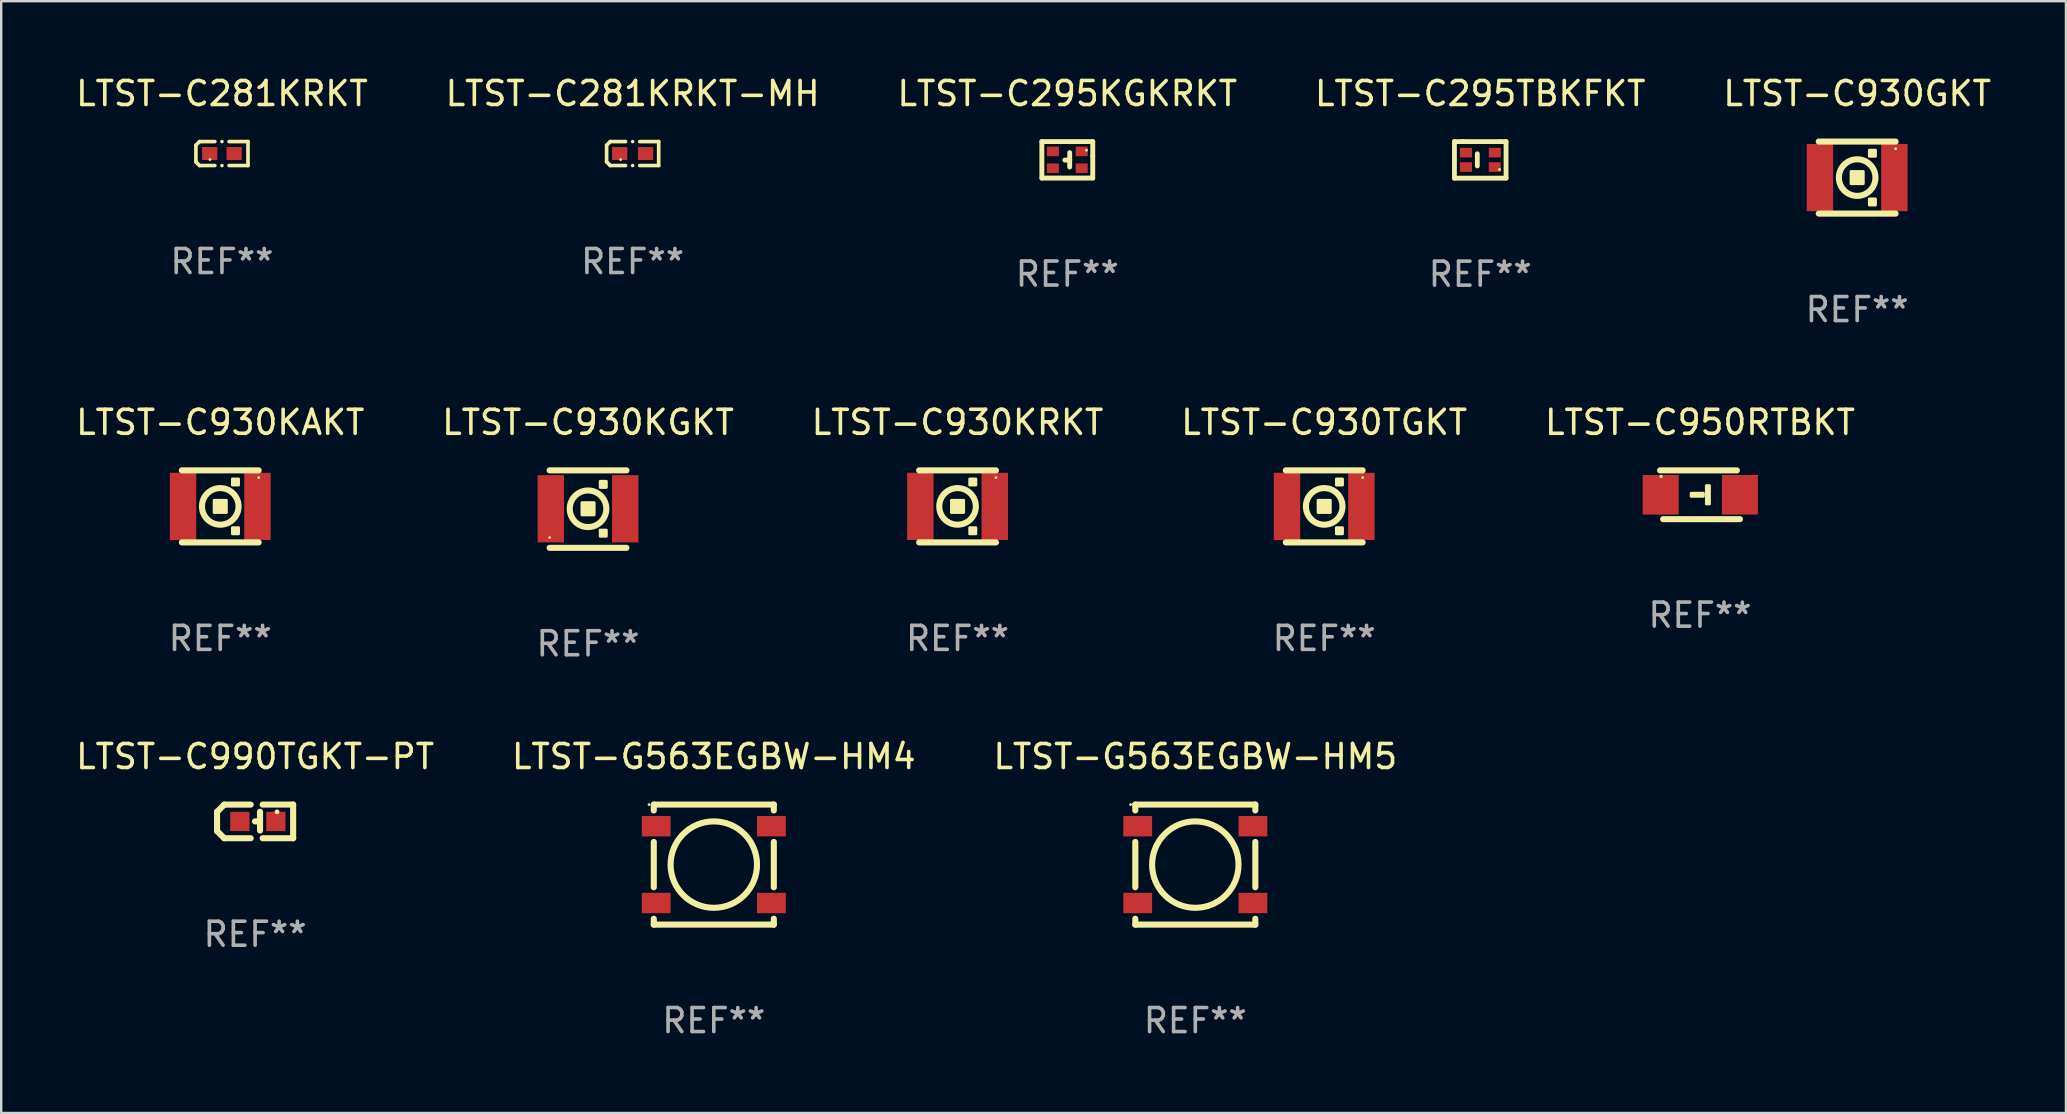
<source format=kicad_pcb>
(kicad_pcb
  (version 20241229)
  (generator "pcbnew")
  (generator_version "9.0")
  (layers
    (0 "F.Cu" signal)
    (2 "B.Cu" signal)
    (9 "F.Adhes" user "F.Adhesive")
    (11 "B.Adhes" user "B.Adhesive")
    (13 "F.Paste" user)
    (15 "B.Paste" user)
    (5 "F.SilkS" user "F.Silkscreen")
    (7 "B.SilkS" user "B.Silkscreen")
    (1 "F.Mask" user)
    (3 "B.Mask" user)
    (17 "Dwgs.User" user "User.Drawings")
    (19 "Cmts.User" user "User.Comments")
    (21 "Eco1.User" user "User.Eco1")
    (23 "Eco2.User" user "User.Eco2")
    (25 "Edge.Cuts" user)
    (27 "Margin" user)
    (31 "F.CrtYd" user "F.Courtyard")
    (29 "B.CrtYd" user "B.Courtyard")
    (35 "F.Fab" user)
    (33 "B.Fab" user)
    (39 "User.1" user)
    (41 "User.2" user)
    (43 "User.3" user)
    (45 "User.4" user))
  (footprint "LTST-C930TGKT"
    (layer "F.Cu")
    (at 52.113 18.045)
    (property "Reference" "LTST-C930TGKT" (at 0 -3.5 0) (layer "F.SilkS") (effects (font (size 1 1) (thickness 0.15))))
    (attr through_hole)
    (fp_line (start 1.6 -1.5) (end -1.6 -1.5) (stroke (width 0.254) (type solid)) (layer "F.SilkS"))
    (fp_line (start 1.6 1.5) (end -1.6 1.5) (stroke (width 0.254) (type solid)) (layer "F.SilkS"))
    (fp_circle (center 0.000051 0) (end 0.762 0) (stroke (width 0.254) (type solid)) (fill no) (layer "F.SilkS"))
    (fp_circle (center 1.6 -1.2) (end 1.63 -1.2) (stroke (width 0.06) (type solid)) (fill no) (layer "F.SilkS"))
    (fp_poly (pts (xy -0.254 -0.254) (xy 0.254 -0.254) (xy 0.254 0.254) (xy -0.254 0.254)) (stroke (width 0.12) (type solid)) (fill yes) (layer "F.SilkS"))
    (fp_poly (pts (xy 0.508 -1.143) (xy 0.762 -1.143) (xy 0.762 -0.889) (xy 0.508 -0.889)) (stroke (width 0.12) (type solid)) (fill yes) (layer "F.SilkS"))
    (fp_poly (pts (xy 0.508 0.889) (xy 0.762 0.889) (xy 0.762 1.143) (xy 0.508 1.143)) (stroke (width 0.12) (type solid)) (fill yes) (layer "F.SilkS"))
    (fp_text user "REF**" (at 0 5.5 0) (layer "F.Fab") (effects (font (size 1 1) (thickness 0.15))))
    (pad "1" smd rect (at 1.55 0 90) (size 2.8 1.1) (layers "F.Cu" "F.Mask" "F.Paste"))
    (pad "2" smd rect (at -1.55 0 90) (size 2.8 1.1) (layers "F.Cu" "F.Mask" "F.Paste")))
  (footprint "LTST-G563EGBW-HM5"
    (layer "F.Cu")
    (at 46.744 32.967)
    (property "Reference" "LTST-G563EGBW-HM5" (at 0 -4.5 0) (layer "F.SilkS") (effects (font (size 1 1) (thickness 0.15))))
    (attr through_hole)
    (fp_line (start -2.5 -2.5) (end 2.5 -2.5) (stroke (width 0.254) (type solid)) (layer "F.SilkS"))
    (fp_line (start -2.5 -2.256) (end -2.5 -2.5) (stroke (width 0.254) (type solid)) (layer "F.SilkS"))
    (fp_line (start -2.5 0.944) (end -2.5 -0.944) (stroke (width 0.254) (type solid)) (layer "F.SilkS"))
    (fp_line (start -2.5 2.5) (end -2.5 2.256) (stroke (width 0.254) (type solid)) (layer "F.SilkS"))
    (fp_line (start 2.5 -2.5) (end 2.5 -2.256) (stroke (width 0.254) (type solid)) (layer "F.SilkS"))
    (fp_line (start 2.5 -0.944) (end 2.5 0.944) (stroke (width 0.254) (type solid)) (layer "F.SilkS"))
    (fp_line (start 2.5 2.256) (end 2.5 2.5) (stroke (width 0.254) (type solid)) (layer "F.SilkS"))
    (fp_line (start 2.5 2.5) (end -2.5 2.5) (stroke (width 0.254) (type solid)) (layer "F.SilkS"))
    (fp_circle (center -2.698 -2.5) (end -2.668 -2.5) (stroke (width 0.06) (type solid)) (fill no) (layer "F.SilkS"))
    (fp_circle (center 0.000025 0) (end 1.8 0) (stroke (width 0.254) (type solid)) (fill no) (layer "F.SilkS"))
    (fp_text user "REF**" (at 0 6.5 0) (layer "F.Fab") (effects (font (size 1 1) (thickness 0.15))))
    (pad "1" smd rect (at -2.4 -1.6) (size 1.2 0.85) (layers "F.Cu" "F.Mask" "F.Paste"))
    (pad "2" smd rect (at -2.4 1.6) (size 1.2 0.85) (layers "F.Cu" "F.Mask" "F.Paste"))
    (pad "3" smd rect (at 2.4 -1.6) (size 1.2 0.85) (layers "F.Cu" "F.Mask" "F.Paste"))
    (pad "4" smd rect (at 2.4 1.6) (size 1.2 0.85) (layers "F.Cu" "F.Mask" "F.Paste")))
  (footprint "LTST-C950RTBKT"
    (layer "F.Cu")
    (at 67.768 17.561)
    (property "Reference" "LTST-C950RTBKT" (at 0 -3.016 0) (layer "F.SilkS") (effects (font (size 1 1) (thickness 0.15))))
    (attr through_hole)
    (fp_line (start 1.536 -1.016) (end -1.663 -1.016) (stroke (width 0.254) (type solid)) (layer "F.SilkS"))
    (fp_line (start 1.663 1.016) (end -1.536 1.016) (stroke (width 0.254) (type solid)) (layer "F.SilkS"))
    (fp_circle (center -1.62 -0.762) (end -1.6 -0.762) (stroke (width 0.05) (type solid)) (fill no) (layer "F.SilkS"))
    (fp_poly (pts (xy -0.369 -0.064) (xy 0.139 -0.064) (xy 0.139 0.063) (xy -0.369 0.063)) (stroke (width 0.12) (type solid)) (fill yes) (layer "F.SilkS"))
    (fp_poly (pts (xy 0.266 -0.381) (xy 0.393 -0.381) (xy 0.393 0.381) (xy 0.266 0.381)) (stroke (width 0.12) (type solid)) (fill yes) (layer "F.SilkS"))
    (fp_text user "REF**" (at 0 5.016 0) (layer "F.Fab") (effects (font (size 1 1) (thickness 0.15))))
    (pad "1" smd rect (at -1.638 -0.000051 180) (size 1.5 1.65) (layers "F.Cu" "F.Mask" "F.Paste"))
    (pad "2" smd rect (at 1.662 -0.000051 180) (size 1.5 1.65) (layers "F.Cu" "F.Mask" "F.Paste")))
  (footprint "LTST-C281KRKT"
    (layer "F.Cu")
    (at 6.196 3.347)
    (property "Reference" "LTST-C281KRKT" (at 0 -2.499 0) (layer "F.SilkS") (effects (font (size 1 1) (thickness 0.15))))
    (attr through_hole)
    (fp_line (start -1.085 -0.346) (end -0.933 -0.499) (stroke (width 0.152) (type solid)) (layer "F.SilkS"))
    (fp_line (start -1.085 0.346) (end -1.085 -0.346) (stroke (width 0.152) (type solid)) (layer "F.SilkS"))
    (fp_line (start -0.933 -0.499) (end -0.296 -0.499) (stroke (width 0.152) (type solid)) (layer "F.SilkS"))
    (fp_line (start -0.933 0.499) (end -1.085 0.346) (stroke (width 0.152) (type solid)) (layer "F.SilkS"))
    (fp_line (start -0.296 0.499) (end -0.933 0.499) (stroke (width 0.152) (type solid)) (layer "F.SilkS"))
    (fp_line (start 0.296 0.499) (end 1.085 0.499) (stroke (width 0.152) (type solid)) (layer "F.SilkS"))
    (fp_line (start 1.085 -0.499) (end 0.296 -0.499) (stroke (width 0.152) (type solid)) (layer "F.SilkS"))
    (fp_line (start 1.085 0.499) (end 1.085 -0.499) (stroke (width 0.152) (type solid)) (layer "F.SilkS"))
    (fp_circle (center -0.5 0.25) (end -0.47 0.25) (stroke (width 0.06) (type solid)) (fill no) (layer "F.SilkS"))
    (fp_circle (center 0 -0.499) (end 0.038 -0.499) (stroke (width 0.076) (type solid)) (fill no) (layer "F.SilkS"))
    (fp_circle (center 0 0.499) (end 0.038 0.499) (stroke (width 0.076) (type solid)) (fill no) (layer "F.SilkS"))
    (fp_text user "REF**" (at 0 4.499 0) (layer "F.Fab") (effects (font (size 1 1) (thickness 0.15))))
    (pad "1" smd rect (at -0.508 0) (size 0.636 0.54) (layers "F.Cu" "F.Mask" "F.Paste"))
    (pad "2" smd rect (at 0.508 0) (size 0.636 0.54) (layers "F.Cu" "F.Mask" "F.Paste")))
  (footprint "LTST-C930KGKT"
    (layer "F.Cu")
    (at 21.446 18.158)
    (property "Reference" "LTST-C930KGKT" (at 0 -3.613 0) (layer "F.SilkS") (effects (font (size 1 1) (thickness 0.15))))
    (attr through_hole)
    (fp_line (start 1.6 -1.613) (end -1.6 -1.613) (stroke (width 0.254) (type solid)) (layer "F.SilkS"))
    (fp_line (start 1.6 1.613) (end -1.6 1.613) (stroke (width 0.254) (type solid)) (layer "F.SilkS"))
    (fp_circle (center -1.6 1.186) (end -1.57 1.186) (stroke (width 0.06) (type solid)) (fill no) (layer "F.SilkS"))
    (fp_circle (center 0.000051 -0.014) (end 0.762 -0.014) (stroke (width 0.254) (type solid)) (fill no) (layer "F.SilkS"))
    (fp_poly (pts (xy -0.254 -0.268) (xy 0.254 -0.268) (xy 0.254 0.24) (xy -0.254 0.24)) (stroke (width 0.12) (type solid)) (fill yes) (layer "F.SilkS"))
    (fp_poly (pts (xy 0.508 -1.157) (xy 0.762 -1.157) (xy 0.762 -0.903) (xy 0.508 -0.903)) (stroke (width 0.12) (type solid)) (fill yes) (layer "F.SilkS"))
    (fp_poly (pts (xy 0.508 0.875) (xy 0.762 0.875) (xy 0.762 1.129) (xy 0.508 1.129)) (stroke (width 0.12) (type solid)) (fill yes) (layer "F.SilkS"))
    (fp_text user "REF**" (at 0 5.613 0) (layer "F.Fab") (effects (font (size 1 1) (thickness 0.15))))
    (pad "1" smd rect (at -1.55 -0.014 90) (size 2.8 1.1) (layers "F.Cu" "F.Mask" "F.Paste"))
    (pad "2" smd rect (at 1.55 -0.014 90) (size 2.8 1.1) (layers "F.Cu" "F.Mask" "F.Paste")))
  (footprint "LTST-C281KRKT-MH"
    (layer "F.Cu")
    (at 23.304 3.347)
    (property "Reference" "LTST-C281KRKT-MH" (at 0 -2.499 0) (layer "F.SilkS") (effects (font (size 1 1) (thickness 0.15))))
    (attr through_hole)
    (fp_line (start -1.085 -0.346) (end -0.933 -0.499) (stroke (width 0.152) (type solid)) (layer "F.SilkS"))
    (fp_line (start -1.085 0.346) (end -1.085 -0.346) (stroke (width 0.152) (type solid)) (layer "F.SilkS"))
    (fp_line (start -0.933 -0.499) (end -0.296 -0.499) (stroke (width 0.152) (type solid)) (layer "F.SilkS"))
    (fp_line (start -0.933 0.499) (end -1.085 0.346) (stroke (width 0.152) (type solid)) (layer "F.SilkS"))
    (fp_line (start -0.296 0.499) (end -0.933 0.499) (stroke (width 0.152) (type solid)) (layer "F.SilkS"))
    (fp_line (start 0.296 0.499) (end 1.085 0.499) (stroke (width 0.152) (type solid)) (layer "F.SilkS"))
    (fp_line (start 1.085 -0.499) (end 0.296 -0.499) (stroke (width 0.152) (type solid)) (layer "F.SilkS"))
    (fp_line (start 1.085 0.499) (end 1.085 -0.499) (stroke (width 0.152) (type solid)) (layer "F.SilkS"))
    (fp_circle (center -0.5 0.25) (end -0.47 0.25) (stroke (width 0.06) (type solid)) (fill no) (layer "F.SilkS"))
    (fp_circle (center 0 -0.499) (end 0.038 -0.499) (stroke (width 0.076) (type solid)) (fill no) (layer "F.SilkS"))
    (fp_circle (center 0 0.499) (end 0.038 0.499) (stroke (width 0.076) (type solid)) (fill no) (layer "F.SilkS"))
    (fp_text user "REF**" (at 0 4.499 0) (layer "F.Fab") (effects (font (size 1 1) (thickness 0.15))))
    (pad "1" smd rect (at -0.538 0) (size 0.636 0.54) (layers "F.Cu" "F.Mask" "F.Paste"))
    (pad "2" smd rect (at 0.538 0) (size 0.636 0.54) (layers "F.Cu" "F.Mask" "F.Paste")))
  (footprint "LTST-C930KAKT"
    (layer "F.Cu")
    (at 6.125 18.045)
    (property "Reference" "LTST-C930KAKT" (at 0 -3.5 0) (layer "F.SilkS") (effects (font (size 1 1) (thickness 0.15))))
    (attr through_hole)
    (fp_line (start 1.6 -1.5) (end -1.6 -1.5) (stroke (width 0.254) (type solid)) (layer "F.SilkS"))
    (fp_line (start 1.6 1.5) (end -1.6 1.5) (stroke (width 0.254) (type solid)) (layer "F.SilkS"))
    (fp_circle (center 0.000051 0) (end 0.762 0) (stroke (width 0.254) (type solid)) (fill no) (layer "F.SilkS"))
    (fp_circle (center 1.6 -1.2) (end 1.63 -1.2) (stroke (width 0.06) (type solid)) (fill no) (layer "F.SilkS"))
    (fp_poly (pts (xy -0.254 -0.254) (xy 0.254 -0.254) (xy 0.254 0.254) (xy -0.254 0.254)) (stroke (width 0.12) (type solid)) (fill yes) (layer "F.SilkS"))
    (fp_poly (pts (xy 0.508 -1.143) (xy 0.762 -1.143) (xy 0.762 -0.889) (xy 0.508 -0.889)) (stroke (width 0.12) (type solid)) (fill yes) (layer "F.SilkS"))
    (fp_poly (pts (xy 0.508 0.889) (xy 0.762 0.889) (xy 0.762 1.143) (xy 0.508 1.143)) (stroke (width 0.12) (type solid)) (fill yes) (layer "F.SilkS"))
    (fp_text user "REF**" (at 0 5.5 0) (layer "F.Fab") (effects (font (size 1 1) (thickness 0.15))))
    (pad "1" smd rect (at 1.55 0 90) (size 2.8 1.1) (layers "F.Cu" "F.Mask" "F.Paste"))
    (pad "2" smd rect (at -1.55 0 90) (size 2.8 1.1) (layers "F.Cu" "F.Mask" "F.Paste")))
  (footprint "LTST-C930KRKT"
    (layer "F.Cu")
    (at 36.839 18.045)
    (property "Reference" "LTST-C930KRKT" (at 0 -3.5 0) (layer "F.SilkS") (effects (font (size 1 1) (thickness 0.15))))
    (attr through_hole)
    (fp_line (start 1.6 -1.5) (end -1.6 -1.5) (stroke (width 0.254) (type solid)) (layer "F.SilkS"))
    (fp_line (start 1.6 1.5) (end -1.6 1.5) (stroke (width 0.254) (type solid)) (layer "F.SilkS"))
    (fp_circle (center 0.000051 0) (end 0.762 0) (stroke (width 0.254) (type solid)) (fill no) (layer "F.SilkS"))
    (fp_circle (center 1.6 -1.2) (end 1.63 -1.2) (stroke (width 0.06) (type solid)) (fill no) (layer "F.SilkS"))
    (fp_poly (pts (xy -0.254 -0.254) (xy 0.254 -0.254) (xy 0.254 0.254) (xy -0.254 0.254)) (stroke (width 0.12) (type solid)) (fill yes) (layer "F.SilkS"))
    (fp_poly (pts (xy 0.508 -1.143) (xy 0.762 -1.143) (xy 0.762 -0.889) (xy 0.508 -0.889)) (stroke (width 0.12) (type solid)) (fill yes) (layer "F.SilkS"))
    (fp_poly (pts (xy 0.508 0.889) (xy 0.762 0.889) (xy 0.762 1.143) (xy 0.508 1.143)) (stroke (width 0.12) (type solid)) (fill yes) (layer "F.SilkS"))
    (fp_text user "REF**" (at 0 5.5 0) (layer "F.Fab") (effects (font (size 1 1) (thickness 0.15))))
    (pad "1" smd rect (at 1.55 0 90) (size 2.8 1.1) (layers "F.Cu" "F.Mask" "F.Paste"))
    (pad "2" smd rect (at -1.55 0 90) (size 2.8 1.1) (layers "F.Cu" "F.Mask" "F.Paste")))
  (footprint "LTST-C930GKT"
    (layer "F.Cu")
    (at 74.315 4.348)
    (property "Reference" "LTST-C930GKT" (at 0 -3.5 0) (layer "F.SilkS") (effects (font (size 1 1) (thickness 0.15))))
    (attr through_hole)
    (fp_line (start 1.6 -1.5) (end -1.6 -1.5) (stroke (width 0.254) (type solid)) (layer "F.SilkS"))
    (fp_line (start 1.6 1.5) (end -1.6 1.5) (stroke (width 0.254) (type solid)) (layer "F.SilkS"))
    (fp_circle (center 0.000051 0) (end 0.762 0) (stroke (width 0.254) (type solid)) (fill no) (layer "F.SilkS"))
    (fp_circle (center 1.6 -1.2) (end 1.63 -1.2) (stroke (width 0.06) (type solid)) (fill no) (layer "F.SilkS"))
    (fp_poly (pts (xy -0.254 -0.254) (xy 0.254 -0.254) (xy 0.254 0.254) (xy -0.254 0.254)) (stroke (width 0.12) (type solid)) (fill yes) (layer "F.SilkS"))
    (fp_poly (pts (xy 0.508 -1.143) (xy 0.762 -1.143) (xy 0.762 -0.889) (xy 0.508 -0.889)) (stroke (width 0.12) (type solid)) (fill yes) (layer "F.SilkS"))
    (fp_poly (pts (xy 0.508 0.889) (xy 0.762 0.889) (xy 0.762 1.143) (xy 0.508 1.143)) (stroke (width 0.12) (type solid)) (fill yes) (layer "F.SilkS"))
    (fp_text user "REF**" (at 0 5.5 0) (layer "F.Fab") (effects (font (size 1 1) (thickness 0.15))))
    (pad "1" smd rect (at 1.55 0 90) (size 2.8 1.1) (layers "F.Cu" "F.Mask" "F.Paste"))
    (pad "2" smd rect (at -1.55 0 90) (size 2.8 1.1) (layers "F.Cu" "F.Mask" "F.Paste")))
  (footprint "LTST-C295TBKFKT"
    (layer "F.Cu")
    (at 58.613 3.61)
    (property "Reference" "LTST-C295TBKFKT" (at 0 -2.762 0) (layer "F.SilkS") (effects (font (size 1 1) (thickness 0.15))))
    (attr through_hole)
    (fp_line (start -1.075 -0.762) (end -0.694 -0.762) (stroke (width 0.2) (type solid)) (layer "F.SilkS"))
    (fp_line (start -1.075 0.762) (end -1.075 -0.762) (stroke (width 0.2) (type solid)) (layer "F.SilkS"))
    (fp_line (start -1.075 0.762) (end 1.075 0.762) (stroke (width 0.2) (type solid)) (layer "F.SilkS"))
    (fp_line (start -0.757 -0.762) (end 0.843 -0.762) (stroke (width 0.2) (type solid)) (layer "F.SilkS"))
    (fp_line (start -0.122 -0.254) (end -0.122 0.254) (stroke (width 0.2) (type solid)) (layer "F.SilkS"))
    (fp_line (start 1.075 -0.762) (end 0.843 -0.762) (stroke (width 0.2) (type solid)) (layer "F.SilkS"))
    (fp_line (start 1.075 0.762) (end 1.075 -0.762) (stroke (width 0.2) (type solid)) (layer "F.SilkS"))
    (fp_circle (center 0.805 0.4) (end 0.835 0.4) (stroke (width 0.06) (type solid)) (fill no) (layer "F.SilkS"))
    (fp_text user "REF**" (at 0 4.762 0) (layer "F.Fab") (effects (font (size 1 1) (thickness 0.15))))
    (pad "1" smd rect (at 0.605 0.299 270) (size 0.4 0.5) (layers "F.Cu" "F.Mask" "F.Paste"))
    (pad "2" smd rect (at 0.605 -0.302 270) (size 0.4 0.5) (layers "F.Cu" "F.Mask" "F.Paste"))
    (pad "3" smd rect (at -0.595 0.299 270) (size 0.4 0.5) (layers "F.Cu" "F.Mask" "F.Paste"))
    (pad "4" smd rect (at -0.595 -0.302 270) (size 0.4 0.5) (layers "F.Cu" "F.Mask" "F.Paste")))
  (footprint "LTST-G563EGBW-HM4"
    (layer "F.Cu")
    (at 26.685 32.967)
    (property "Reference" "LTST-G563EGBW-HM4" (at 0 -4.5 0) (layer "F.SilkS") (effects (font (size 1 1) (thickness 0.15))))
    (attr through_hole)
    (fp_line (start -2.5 -2.5) (end 2.5 -2.5) (stroke (width 0.254) (type solid)) (layer "F.SilkS"))
    (fp_line (start -2.5 -2.256) (end -2.5 -2.5) (stroke (width 0.254) (type solid)) (layer "F.SilkS"))
    (fp_line (start -2.5 0.944) (end -2.5 -0.944) (stroke (width 0.254) (type solid)) (layer "F.SilkS"))
    (fp_line (start -2.5 2.5) (end -2.5 2.256) (stroke (width 0.254) (type solid)) (layer "F.SilkS"))
    (fp_line (start 2.5 -2.5) (end 2.5 -2.256) (stroke (width 0.254) (type solid)) (layer "F.SilkS"))
    (fp_line (start 2.5 -0.944) (end 2.5 0.944) (stroke (width 0.254) (type solid)) (layer "F.SilkS"))
    (fp_line (start 2.5 2.256) (end 2.5 2.5) (stroke (width 0.254) (type solid)) (layer "F.SilkS"))
    (fp_line (start 2.5 2.5) (end -2.5 2.5) (stroke (width 0.254) (type solid)) (layer "F.SilkS"))
    (fp_circle (center -2.698 -2.5) (end -2.668 -2.5) (stroke (width 0.06) (type solid)) (fill no) (layer "F.SilkS"))
    (fp_circle (center 0.000025 0) (end 1.8 0) (stroke (width 0.254) (type solid)) (fill no) (layer "F.SilkS"))
    (fp_text user "REF**" (at 0 6.5 0) (layer "F.Fab") (effects (font (size 1 1) (thickness 0.15))))
    (pad "1" smd rect (at -2.4 -1.6) (size 1.2 0.85) (layers "F.Cu" "F.Mask" "F.Paste"))
    (pad "2" smd rect (at -2.4 1.6) (size 1.2 0.85) (layers "F.Cu" "F.Mask" "F.Paste"))
    (pad "3" smd rect (at 2.4 -1.6) (size 1.2 0.85) (layers "F.Cu" "F.Mask" "F.Paste"))
    (pad "4" smd rect (at 2.4 1.6) (size 1.2 0.85) (layers "F.Cu" "F.Mask" "F.Paste")))
  (footprint "LTST-C295KGKRKT"
    (layer "F.Cu")
    (at 41.411 3.608)
    (property "Reference" "LTST-C295KGKRKT" (at 0 -2.76 0) (layer "F.SilkS") (effects (font (size 1 1) (thickness 0.15))))
    (attr through_hole)
    (fp_line (start -1.06 -0.76) (end -1.06 0.76) (stroke (width 0.203) (type solid)) (layer "F.SilkS"))
    (fp_line (start -1.06 0.76) (end 1.06 0.76) (stroke (width 0.203) (type solid)) (layer "F.SilkS"))
    (fp_line (start 0.1 -0.3) (end 0.1 0.3) (stroke (width 0.203) (type solid)) (layer "F.SilkS"))
    (fp_line (start 0.1 0.011) (end -0.1 0.011) (stroke (width 0.203) (type solid)) (layer "F.SilkS"))
    (fp_line (start 1.06 -0.76) (end -1.06 -0.76) (stroke (width 0.203) (type solid)) (layer "F.SilkS"))
    (fp_line (start 1.06 -0.76) (end 1.06 -0.15) (stroke (width 0.203) (type solid)) (layer "F.SilkS"))
    (fp_line (start 1.06 -0.15) (end 1.06 0.76) (stroke (width 0.203) (type solid)) (layer "F.SilkS"))
    (fp_circle (center 0.8 -0.4) (end 0.83 -0.4) (stroke (width 0.06) (type solid)) (fill no) (layer "F.SilkS"))
    (fp_text user "REF**" (at 0 4.76 0) (layer "F.Fab") (effects (font (size 1 1) (thickness 0.15))))
    (pad "1" smd rect (at 0.6 -0.35 90) (size 0.4 0.5) (layers "F.Cu" "F.Mask" "F.Paste"))
    (pad "2" smd rect (at 0.6 0.35 90) (size 0.4 0.5) (layers "F.Cu" "F.Mask" "F.Paste"))
    (pad "3" smd rect (at -0.6 -0.35 90) (size 0.4 0.5) (layers "F.Cu" "F.Mask" "F.Paste"))
    (pad "4" smd rect (at -0.6 0.35 90) (size 0.4 0.5) (layers "F.Cu" "F.Mask" "F.Paste")))
  (footprint "LTST-C990TGKT-PT"
    (layer "F.Cu")
    (at 7.577 31.168)
    (property "Reference" "LTST-C990TGKT-PT" (at 0 -2.701 0) (layer "F.SilkS") (effects (font (size 1 1) (thickness 0.15))))
    (attr through_hole)
    (fp_line (start -1.585 -0.4) (end -1.585 0.4) (stroke (width 0.254) (type solid)) (layer "F.SilkS"))
    (fp_line (start -1.585 0.4) (end -1.285 0.7) (stroke (width 0.254) (type solid)) (layer "F.SilkS"))
    (fp_line (start -1.285 -0.7) (end -1.585 -0.4) (stroke (width 0.254) (type solid)) (layer "F.SilkS"))
    (fp_line (start -1.285 0.7) (end -0.185 0.7) (stroke (width 0.254) (type solid)) (layer "F.SilkS"))
    (fp_line (start -0.185 -0.7) (end -1.285 -0.7) (stroke (width 0.254) (type solid)) (layer "F.SilkS"))
    (fp_line (start 0.205 -0.4) (end 0.205 0.38) (stroke (width 0.254) (type solid)) (layer "F.SilkS"))
    (fp_line (start 0.205 -0.002) (end -0.004 -0.000127) (stroke (width 0.254) (type solid)) (layer "F.SilkS"))
    (fp_line (start 0.315 -0.701) (end 1.585 -0.701) (stroke (width 0.254) (type solid)) (layer "F.SilkS"))
    (fp_line (start 1.585 -0.701) (end 1.585 0.701) (stroke (width 0.254) (type solid)) (layer "F.SilkS"))
    (fp_line (start 1.585 0.701) (end 0.315 0.701) (stroke (width 0.254) (type solid)) (layer "F.SilkS"))
    (fp_circle (center 0.915 -0.4) (end 0.965 -0.4) (stroke (width 0.1) (type solid)) (fill no) (layer "F.SilkS"))
    (fp_text user "REF**" (at 0 4.701 0) (layer "F.Fab") (effects (font (size 1 1) (thickness 0.15))))
    (pad "1" smd rect (at 0.865 0.000025) (size 0.8 0.8) (layers "F.Cu" "F.Mask" "F.Paste"))
    (pad "2" smd rect (at -0.635 0.000025) (size 0.8 0.8) (layers "F.Cu" "F.Mask" "F.Paste")))
  (gr_rect
    (start -3 -3)
    (end 83.012 43.316)
    (stroke (width 0.1) (type default))
    (fill no)
    (layer "Edge.Cuts")))
</source>
